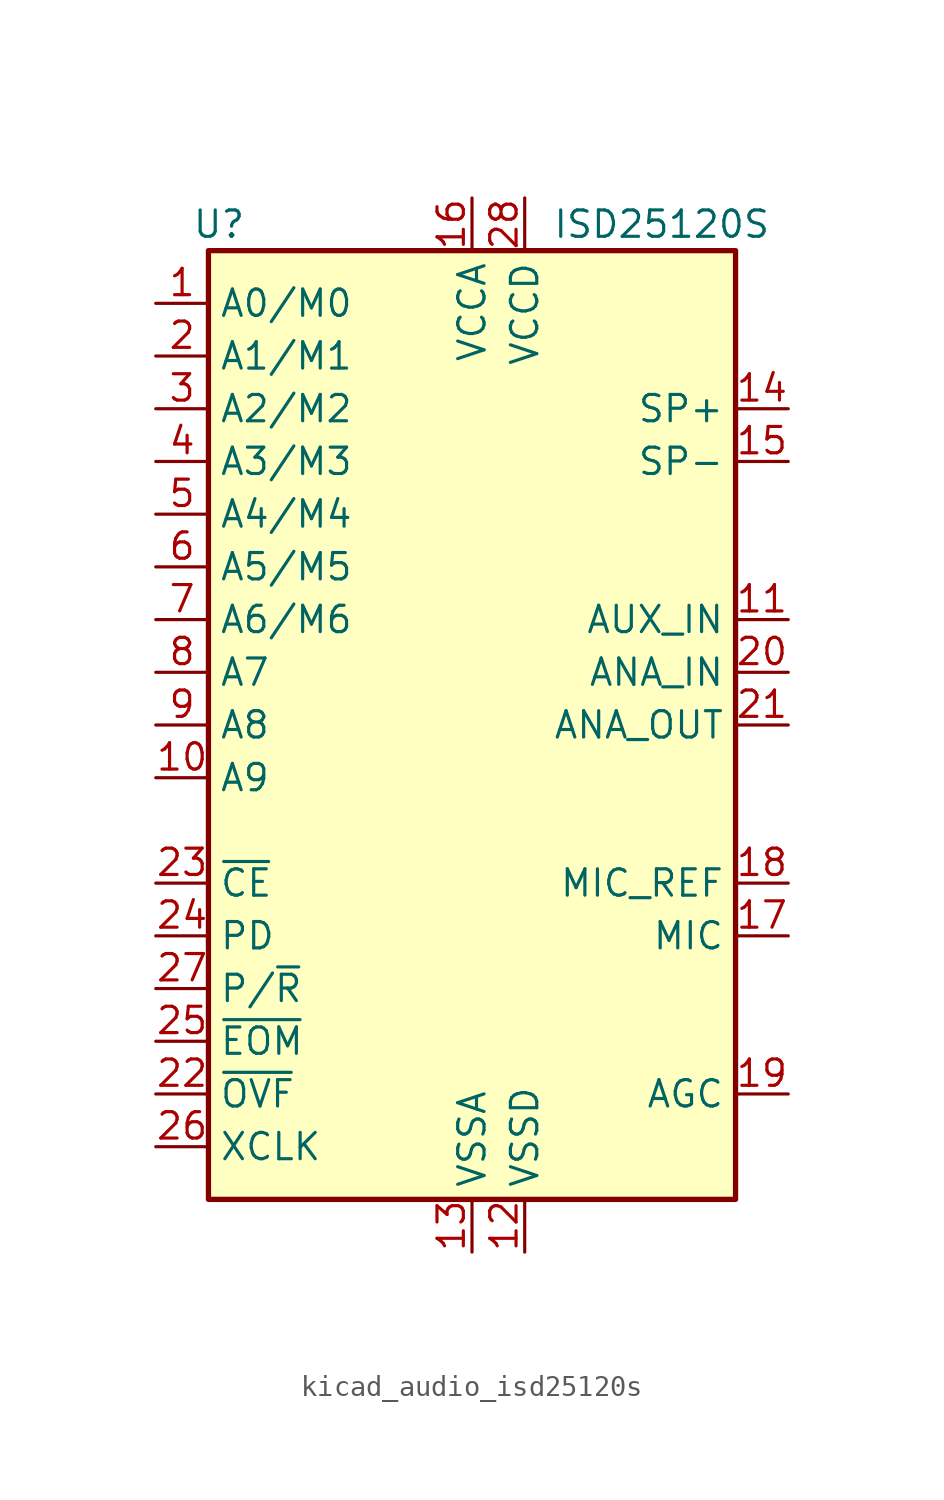
<source format=kicad_sym>
(kicad_symbol_lib
  (version 20220914)
  (generator kicad_symbol_editor)
  (symbol "kicad_audio_isd25120s"
    (property "Reference" "U"
      (at -12.192 24.13 0)
      (effects (font (size 1.27 1.27))))
    (property "Value" "ISD25120S"
      (at 9.144 24.13 0)
      (effects (font (size 1.27 1.27))))
    (symbol "kicad_audio_isd25120s_0_1"
      (rectangle (start -12.7 22.86) (end 12.7 -22.86) (stroke (width 0.254) (type default)) (fill (type background))))
    (symbol "kicad_audio_isd25120s_1_1"
      (pin input line (at -15.24 20.32 0) (length 2.54) (name "A0/M0" (effects (font (size 1.27 1.27)))) (number "1" (effects (font (size 1.27 1.27)))))
      (pin input line (at -15.24 -2.54 0) (length 2.54) (name "A9" (effects (font (size 1.27 1.27)))) (number "10" (effects (font (size 1.27 1.27)))))
      (pin input line (at 15.24 5.08 180) (length 2.54) (name "AUX_IN" (effects (font (size 1.27 1.27)))) (number "11" (effects (font (size 1.27 1.27)))))
      (pin power_in line (at 2.54 -25.4 90) (length 2.54) (name "VSSD" (effects (font (size 1.27 1.27)))) (number "12" (effects (font (size 1.27 1.27)))))
      (pin power_in line (at 0 -25.4 90) (length 2.54) (name "VSSA" (effects (font (size 1.27 1.27)))) (number "13" (effects (font (size 1.27 1.27)))))
      (pin output line (at 15.24 15.24 180) (length 2.54) (name "SP+" (effects (font (size 1.27 1.27)))) (number "14" (effects (font (size 1.27 1.27)))))
      (pin output line (at 15.24 12.7 180) (length 2.54) (name "SP-" (effects (font (size 1.27 1.27)))) (number "15" (effects (font (size 1.27 1.27)))))
      (pin power_in line (at 0 25.4 270) (length 2.54) (name "VCCA" (effects (font (size 1.27 1.27)))) (number "16" (effects (font (size 1.27 1.27)))))
      (pin input line (at 15.24 -10.16 180) (length 2.54) (name "MIC" (effects (font (size 1.27 1.27)))) (number "17" (effects (font (size 1.27 1.27)))))
      (pin passive line (at 15.24 -7.62 180) (length 2.54) (name "MIC_REF" (effects (font (size 1.27 1.27)))) (number "18" (effects (font (size 1.27 1.27)))))
      (pin passive line (at 15.24 -17.78 180) (length 2.54) (name "AGC" (effects (font (size 1.27 1.27)))) (number "19" (effects (font (size 1.27 1.27)))))
      (pin input line (at -15.24 17.78 0) (length 2.54) (name "A1/M1" (effects (font (size 1.27 1.27)))) (number "2" (effects (font (size 1.27 1.27)))))
      (pin input line (at 15.24 2.54 180) (length 2.54) (name "ANA_IN" (effects (font (size 1.27 1.27)))) (number "20" (effects (font (size 1.27 1.27)))))
      (pin output line (at 15.24 0 180) (length 2.54) (name "ANA_OUT" (effects (font (size 1.27 1.27)))) (number "21" (effects (font (size 1.27 1.27)))))
      (pin output line (at -15.24 -17.78 0) (length 2.54) (name "~{OVF}" (effects (font (size 1.27 1.27)))) (number "22" (effects (font (size 1.27 1.27)))))
      (pin input line (at -15.24 -7.62 0) (length 2.54) (name "~{CE}" (effects (font (size 1.27 1.27)))) (number "23" (effects (font (size 1.27 1.27)))))
      (pin input line (at -15.24 -10.16 0) (length 2.54) (name "PD" (effects (font (size 1.27 1.27)))) (number "24" (effects (font (size 1.27 1.27)))))
      (pin output line (at -15.24 -15.24 0) (length 2.54) (name "~{EOM}" (effects (font (size 1.27 1.27)))) (number "25" (effects (font (size 1.27 1.27)))))
      (pin input line (at -15.24 -20.32 0) (length 2.54) (name "XCLK" (effects (font (size 1.27 1.27)))) (number "26" (effects (font (size 1.27 1.27)))))
      (pin input line (at -15.24 -12.7 0) (length 2.54) (name "P/~{R}" (effects (font (size 1.27 1.27)))) (number "27" (effects (font (size 1.27 1.27)))))
      (pin power_in line (at 2.54 25.4 270) (length 2.54) (name "VCCD" (effects (font (size 1.27 1.27)))) (number "28" (effects (font (size 1.27 1.27)))))
      (pin input line (at -15.24 15.24 0) (length 2.54) (name "A2/M2" (effects (font (size 1.27 1.27)))) (number "3" (effects (font (size 1.27 1.27)))))
      (pin input line (at -15.24 12.7 0) (length 2.54) (name "A3/M3" (effects (font (size 1.27 1.27)))) (number "4" (effects (font (size 1.27 1.27)))))
      (pin input line (at -15.24 10.16 0) (length 2.54) (name "A4/M4" (effects (font (size 1.27 1.27)))) (number "5" (effects (font (size 1.27 1.27)))))
      (pin input line (at -15.24 7.62 0) (length 2.54) (name "A5/M5" (effects (font (size 1.27 1.27)))) (number "6" (effects (font (size 1.27 1.27)))))
      (pin input line (at -15.24 5.08 0) (length 2.54) (name "A6/M6" (effects (font (size 1.27 1.27)))) (number "7" (effects (font (size 1.27 1.27)))))
      (pin input line (at -15.24 2.54 0) (length 2.54) (name "A7" (effects (font (size 1.27 1.27)))) (number "8" (effects (font (size 1.27 1.27)))))
      (pin input line (at -15.24 0 0) (length 2.54) (name "A8" (effects (font (size 1.27 1.27)))) (number "9" (effects (font (size 1.27 1.27))))))))
</source>
